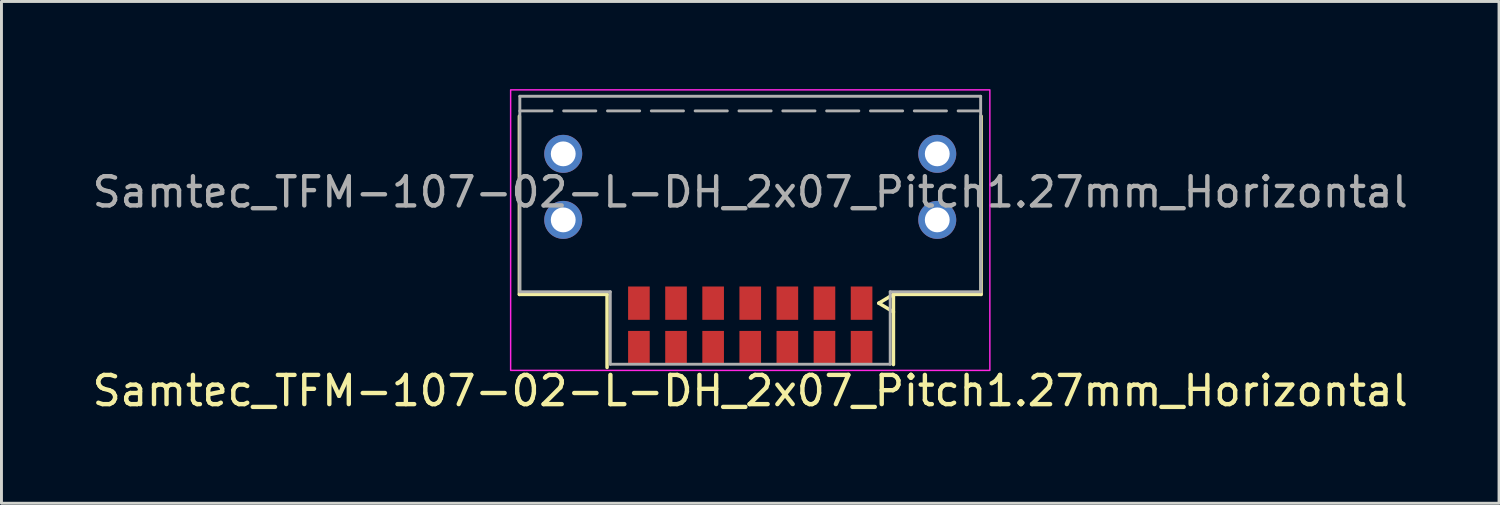
<source format=kicad_pcb>
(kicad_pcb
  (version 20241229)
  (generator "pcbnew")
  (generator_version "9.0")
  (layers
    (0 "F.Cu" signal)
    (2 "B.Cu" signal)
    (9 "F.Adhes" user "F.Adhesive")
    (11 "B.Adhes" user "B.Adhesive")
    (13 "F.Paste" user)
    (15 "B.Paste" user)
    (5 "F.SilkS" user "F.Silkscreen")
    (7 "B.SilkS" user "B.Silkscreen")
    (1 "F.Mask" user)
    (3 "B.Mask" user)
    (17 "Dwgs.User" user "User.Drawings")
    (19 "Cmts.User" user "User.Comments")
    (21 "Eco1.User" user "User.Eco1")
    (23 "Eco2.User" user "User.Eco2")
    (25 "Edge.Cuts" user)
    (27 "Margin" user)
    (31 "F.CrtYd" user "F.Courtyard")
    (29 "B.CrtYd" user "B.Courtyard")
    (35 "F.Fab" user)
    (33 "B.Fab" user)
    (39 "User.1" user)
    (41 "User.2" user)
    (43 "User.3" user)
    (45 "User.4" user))
  (footprint "Samtec_TFM-107-02-L-DH_2x07_Pitch1.27mm_Horizontal"
    (layer "F.Cu")
    (at 22.625 7.325)
    (property "Reference" "Samtec_TFM-107-02-L-DH_2x07_Pitch1.27mm_Horizontal" (at 0 3 0) (unlocked yes) (layer "F.SilkS") (effects (font (size 1 1) (thickness 0.15))))
    (attr smd)
    (fp_line (start -7.9 -6.4) (end -7.9 -0.3) (stroke (width 0.12) (type default)) (layer "F.SilkS"))
    (fp_line (start -7.9 -0.3) (end -4.9 -0.3) (stroke (width 0.12) (type default)) (layer "F.SilkS"))
    (fp_line (start -4.9 -0.3) (end -4.9 2.2) (stroke (width 0.12) (type default)) (layer "F.SilkS"))
    (fp_line (start 4.4 0) (end 4.9 0.3) (stroke (width 0.12) (type default)) (layer "F.SilkS"))
    (fp_line (start 4.9 -0.3) (end 4.4 0) (stroke (width 0.12) (type default)) (layer "F.SilkS"))
    (fp_line (start 4.9 -0.3) (end 4.9 2.1) (stroke (width 0.12) (type default)) (layer "F.SilkS"))
    (fp_line (start 7.9 -6.4) (end 7.9 -0.3) (stroke (width 0.12) (type default)) (layer "F.SilkS"))
    (fp_line (start 7.9 -0.3) (end 4.9 -0.3) (stroke (width 0.12) (type default)) (layer "F.SilkS"))
    (fp_rect (start -8.2 -7.3) (end 8.2 2.3) (stroke (width 0.05) (type default)) (fill no) (layer "F.CrtYd"))
    (fp_line (start -7.885 -7.08) (end -7.885 -0.39) (stroke (width 0.1) (type default)) (layer "F.Fab"))
    (fp_line (start -7.885 -7.08) (end 7.885 -7.08) (stroke (width 0.1) (type default)) (layer "F.Fab"))
    (fp_line (start -7.885 -6.58) (end 7.885 -6.58) (stroke (width 0.1) (type dash)) (layer "F.Fab"))
    (fp_line (start -7.885 -0.39) (end -4.79 -0.39) (stroke (width 0.1) (type default)) (layer "F.Fab"))
    (fp_line (start -4.79 -0.39) (end -4.79 2.09) (stroke (width 0.1) (type default)) (layer "F.Fab"))
    (fp_line (start -4.79 2.09) (end 4.79 2.09) (stroke (width 0.1) (type default)) (layer "F.Fab"))
    (fp_line (start 4.79 -0.39) (end 4.79 2.09) (stroke (width 0.1) (type default)) (layer "F.Fab"))
    (fp_line (start 4.79 -0.39) (end 7.885 -0.39) (stroke (width 0.1) (type default)) (layer "F.Fab"))
    (fp_line (start 7.885 -7.08) (end 7.885 -0.39) (stroke (width 0.1) (type default)) (layer "F.Fab"))
    (fp_text user "${REFERENCE}" (at 0 -3.8 0) (unlocked yes) (layer "F.Fab") (effects (font (size 1 1) (thickness 0.15))))
    (pad "1" smd rect (at 3.81 0) (size 0.74 1.14) (layers "F.Cu" "F.Mask" "F.Paste"))
    (pad "2" smd rect (at 3.81 1.52) (size 0.74 1.14) (layers "F.Cu" "F.Mask" "F.Paste"))
    (pad "3" smd rect (at 2.54 0) (size 0.74 1.14) (layers "F.Cu" "F.Mask" "F.Paste"))
    (pad "4" smd rect (at 2.54 1.52) (size 0.74 1.14) (layers "F.Cu" "F.Mask" "F.Paste"))
    (pad "5" smd rect (at 1.27 0) (size 0.74 1.14) (layers "F.Cu" "F.Mask" "F.Paste"))
    (pad "6" smd rect (at 1.27 1.52) (size 0.74 1.14) (layers "F.Cu" "F.Mask" "F.Paste"))
    (pad "7" smd rect (at 0 0) (size 0.74 1.14) (layers "F.Cu" "F.Mask" "F.Paste"))
    (pad "8" smd rect (at 0 1.52) (size 0.74 1.14) (layers "F.Cu" "F.Mask" "F.Paste"))
    (pad "9" smd rect (at -1.27 0) (size 0.74 1.14) (layers "F.Cu" "F.Mask" "F.Paste"))
    (pad "10" smd rect (at -1.27 1.52) (size 0.74 1.14) (layers "F.Cu" "F.Mask" "F.Paste"))
    (pad "11" smd rect (at -2.54 0) (size 0.74 1.14) (layers "F.Cu" "F.Mask" "F.Paste"))
    (pad "12" smd rect (at -2.54 1.52) (size 0.74 1.14) (layers "F.Cu" "F.Mask" "F.Paste"))
    (pad "13" smd rect (at -3.81 0) (size 0.74 1.14) (layers "F.Cu" "F.Mask" "F.Paste"))
    (pad "14" smd rect (at -3.81 1.52) (size 0.74 1.14) (layers "F.Cu" "F.Mask" "F.Paste"))
    (pad "MP" thru_hole circle (at -6.4 -5.11) (size 1.3 1.3) (drill 0.85) (layers "*.Cu" "*.Mask"))
    (pad "MP" thru_hole circle (at -6.4 -2.85) (size 1.3 1.3) (drill 0.85) (layers "*.Cu" "*.Mask"))
    (pad "MP" thru_hole circle (at 6.4 -5.11) (size 1.3 1.3) (drill 0.85) (layers "*.Cu" "*.Mask"))
    (pad "MP" thru_hole circle (at 6.4 -2.85) (size 1.3 1.3) (drill 0.85) (layers "*.Cu" "*.Mask")))
  (gr_rect
    (start -3 -3)
    (end 48.25 14.173)
    (stroke (width 0.1) (type default))
    (fill no)
    (layer "Edge.Cuts")))
</source>
